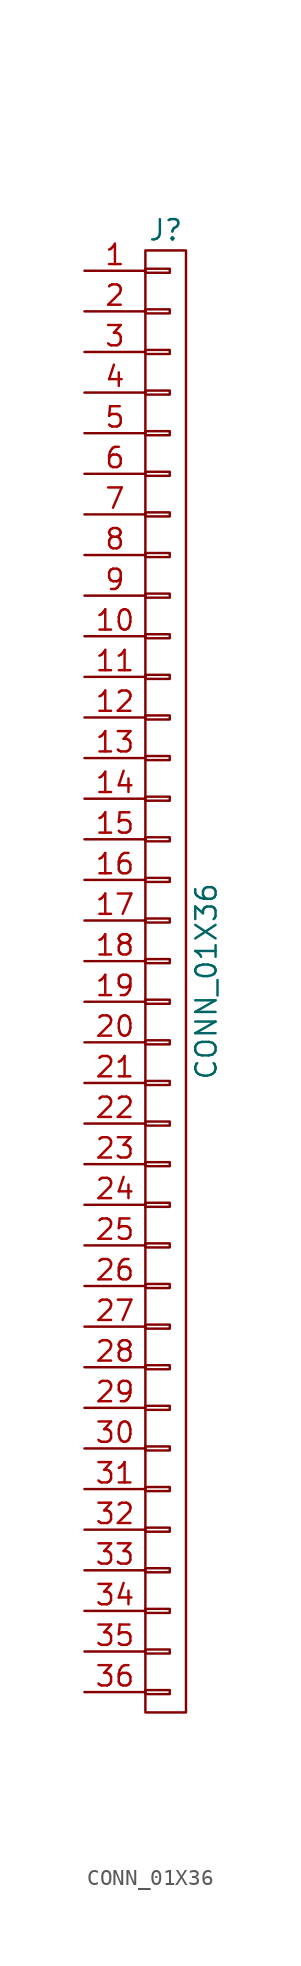
<source format=kicad_sym>
(kicad_symbol_lib
  (version 20211014)
  (generator kicad_symbol_editor)
  (symbol "CONN_01X36"
    (pin_names
      (offset 1.016) hide)
    (property "Reference" "J"
      (at 0 46.99 0)
      (effects (font (size 1.27 1.27))))
    (property "Value" "CONN_01X36"
      (at 2.54 0 90)
      (effects (font (size 1.27 1.27))))
    (symbol "CONN_01X36_0_1"
      (rectangle (start -1.27 -45.72) (end 1.27 45.72) (stroke (width 0) (type default) (color 0 0 0 0)) (fill (type none)))
      (rectangle (start -1.27 -44.323) (end 0.254 -44.577) (stroke (width 0) (type default) (color 0 0 0 0)) (fill (type none)))
      (rectangle (start -1.27 -41.783) (end 0.254 -42.037) (stroke (width 0) (type default) (color 0 0 0 0)) (fill (type none)))
      (rectangle (start -1.27 -39.243) (end 0.254 -39.497) (stroke (width 0) (type default) (color 0 0 0 0)) (fill (type none)))
      (rectangle (start -1.27 -36.703) (end 0.254 -36.957) (stroke (width 0) (type default) (color 0 0 0 0)) (fill (type none)))
      (rectangle (start -1.27 -34.163) (end 0.254 -34.417) (stroke (width 0) (type default) (color 0 0 0 0)) (fill (type none)))
      (rectangle (start -1.27 -31.623) (end 0.254 -31.877) (stroke (width 0) (type default) (color 0 0 0 0)) (fill (type none)))
      (rectangle (start -1.27 -29.083) (end 0.254 -29.337) (stroke (width 0) (type default) (color 0 0 0 0)) (fill (type none)))
      (rectangle (start -1.27 -26.543) (end 0.254 -26.797) (stroke (width 0) (type default) (color 0 0 0 0)) (fill (type none)))
      (rectangle (start -1.27 -24.003) (end 0.254 -24.257) (stroke (width 0) (type default) (color 0 0 0 0)) (fill (type none)))
      (rectangle (start -1.27 -21.463) (end 0.254 -21.717) (stroke (width 0) (type default) (color 0 0 0 0)) (fill (type none)))
      (rectangle (start -1.27 -18.923) (end 0.254 -19.177) (stroke (width 0) (type default) (color 0 0 0 0)) (fill (type none)))
      (rectangle (start -1.27 -16.383) (end 0.254 -16.637) (stroke (width 0) (type default) (color 0 0 0 0)) (fill (type none)))
      (rectangle (start -1.27 -13.843) (end 0.254 -14.097) (stroke (width 0) (type default) (color 0 0 0 0)) (fill (type none)))
      (rectangle (start -1.27 -11.303) (end 0.254 -11.557) (stroke (width 0) (type default) (color 0 0 0 0)) (fill (type none)))
      (rectangle (start -1.27 -8.763) (end 0.254 -9.017) (stroke (width 0) (type default) (color 0 0 0 0)) (fill (type none)))
      (rectangle (start -1.27 -6.223) (end 0.254 -6.477) (stroke (width 0) (type default) (color 0 0 0 0)) (fill (type none)))
      (rectangle (start -1.27 -3.683) (end 0.254 -3.937) (stroke (width 0) (type default) (color 0 0 0 0)) (fill (type none)))
      (rectangle (start -1.27 -1.143) (end 0.254 -1.397) (stroke (width 0) (type default) (color 0 0 0 0)) (fill (type none)))
      (rectangle (start -1.27 1.397) (end 0.254 1.143) (stroke (width 0) (type default) (color 0 0 0 0)) (fill (type none)))
      (rectangle (start -1.27 3.937) (end 0.254 3.683) (stroke (width 0) (type default) (color 0 0 0 0)) (fill (type none)))
      (rectangle (start -1.27 6.477) (end 0.254 6.223) (stroke (width 0) (type default) (color 0 0 0 0)) (fill (type none)))
      (rectangle (start -1.27 9.017) (end 0.254 8.763) (stroke (width 0) (type default) (color 0 0 0 0)) (fill (type none)))
      (rectangle (start -1.27 11.557) (end 0.254 11.303) (stroke (width 0) (type default) (color 0 0 0 0)) (fill (type none)))
      (rectangle (start -1.27 14.097) (end 0.254 13.843) (stroke (width 0) (type default) (color 0 0 0 0)) (fill (type none)))
      (rectangle (start -1.27 16.637) (end 0.254 16.383) (stroke (width 0) (type default) (color 0 0 0 0)) (fill (type none)))
      (rectangle (start -1.27 19.177) (end 0.254 18.923) (stroke (width 0) (type default) (color 0 0 0 0)) (fill (type none)))
      (rectangle (start -1.27 21.717) (end 0.254 21.463) (stroke (width 0) (type default) (color 0 0 0 0)) (fill (type none)))
      (rectangle (start -1.27 24.257) (end 0.254 24.003) (stroke (width 0) (type default) (color 0 0 0 0)) (fill (type none)))
      (rectangle (start -1.27 26.797) (end 0.254 26.543) (stroke (width 0) (type default) (color 0 0 0 0)) (fill (type none)))
      (rectangle (start -1.27 29.337) (end 0.254 29.083) (stroke (width 0) (type default) (color 0 0 0 0)) (fill (type none)))
      (rectangle (start -1.27 31.877) (end 0.254 31.623) (stroke (width 0) (type default) (color 0 0 0 0)) (fill (type none)))
      (rectangle (start -1.27 34.417) (end 0.254 34.163) (stroke (width 0) (type default) (color 0 0 0 0)) (fill (type none)))
      (rectangle (start -1.27 36.957) (end 0.254 36.703) (stroke (width 0) (type default) (color 0 0 0 0)) (fill (type none)))
      (rectangle (start -1.27 39.497) (end 0.254 39.243) (stroke (width 0) (type default) (color 0 0 0 0)) (fill (type none)))
      (rectangle (start -1.27 42.037) (end 0.254 41.783) (stroke (width 0) (type default) (color 0 0 0 0)) (fill (type none)))
      (rectangle (start -1.27 44.577) (end 0.254 44.323) (stroke (width 0) (type default) (color 0 0 0 0)) (fill (type none))))
    (symbol "CONN_01X36_1_1"
      (pin passive line (at -5.08 44.45 0) (length 3.81) (name "P1" (effects (font (size 1.27 1.27)))) (number "1" (effects (font (size 1.27 1.27)))))
      (pin passive line (at -5.08 21.59 0) (length 3.81) (name "P10" (effects (font (size 1.27 1.27)))) (number "10" (effects (font (size 1.27 1.27)))))
      (pin passive line (at -5.08 19.05 0) (length 3.81) (name "P11" (effects (font (size 1.27 1.27)))) (number "11" (effects (font (size 1.27 1.27)))))
      (pin passive line (at -5.08 16.51 0) (length 3.81) (name "P12" (effects (font (size 1.27 1.27)))) (number "12" (effects (font (size 1.27 1.27)))))
      (pin passive line (at -5.08 13.97 0) (length 3.81) (name "P13" (effects (font (size 1.27 1.27)))) (number "13" (effects (font (size 1.27 1.27)))))
      (pin passive line (at -5.08 11.43 0) (length 3.81) (name "P14" (effects (font (size 1.27 1.27)))) (number "14" (effects (font (size 1.27 1.27)))))
      (pin passive line (at -5.08 8.89 0) (length 3.81) (name "P15" (effects (font (size 1.27 1.27)))) (number "15" (effects (font (size 1.27 1.27)))))
      (pin passive line (at -5.08 6.35 0) (length 3.81) (name "P16" (effects (font (size 1.27 1.27)))) (number "16" (effects (font (size 1.27 1.27)))))
      (pin passive line (at -5.08 3.81 0) (length 3.81) (name "P17" (effects (font (size 1.27 1.27)))) (number "17" (effects (font (size 1.27 1.27)))))
      (pin passive line (at -5.08 1.27 0) (length 3.81) (name "P18" (effects (font (size 1.27 1.27)))) (number "18" (effects (font (size 1.27 1.27)))))
      (pin passive line (at -5.08 -1.27 0) (length 3.81) (name "P19" (effects (font (size 1.27 1.27)))) (number "19" (effects (font (size 1.27 1.27)))))
      (pin passive line (at -5.08 41.91 0) (length 3.81) (name "P2" (effects (font (size 1.27 1.27)))) (number "2" (effects (font (size 1.27 1.27)))))
      (pin passive line (at -5.08 -3.81 0) (length 3.81) (name "P20" (effects (font (size 1.27 1.27)))) (number "20" (effects (font (size 1.27 1.27)))))
      (pin passive line (at -5.08 -6.35 0) (length 3.81) (name "P21" (effects (font (size 1.27 1.27)))) (number "21" (effects (font (size 1.27 1.27)))))
      (pin passive line (at -5.08 -8.89 0) (length 3.81) (name "P22" (effects (font (size 1.27 1.27)))) (number "22" (effects (font (size 1.27 1.27)))))
      (pin passive line (at -5.08 -11.43 0) (length 3.81) (name "P23" (effects (font (size 1.27 1.27)))) (number "23" (effects (font (size 1.27 1.27)))))
      (pin passive line (at -5.08 -13.97 0) (length 3.81) (name "P24" (effects (font (size 1.27 1.27)))) (number "24" (effects (font (size 1.27 1.27)))))
      (pin passive line (at -5.08 -16.51 0) (length 3.81) (name "P25" (effects (font (size 1.27 1.27)))) (number "25" (effects (font (size 1.27 1.27)))))
      (pin passive line (at -5.08 -19.05 0) (length 3.81) (name "P26" (effects (font (size 1.27 1.27)))) (number "26" (effects (font (size 1.27 1.27)))))
      (pin passive line (at -5.08 -21.59 0) (length 3.81) (name "P27" (effects (font (size 1.27 1.27)))) (number "27" (effects (font (size 1.27 1.27)))))
      (pin passive line (at -5.08 -24.13 0) (length 3.81) (name "P28" (effects (font (size 1.27 1.27)))) (number "28" (effects (font (size 1.27 1.27)))))
      (pin passive line (at -5.08 -26.67 0) (length 3.81) (name "P29" (effects (font (size 1.27 1.27)))) (number "29" (effects (font (size 1.27 1.27)))))
      (pin passive line (at -5.08 39.37 0) (length 3.81) (name "P3" (effects (font (size 1.27 1.27)))) (number "3" (effects (font (size 1.27 1.27)))))
      (pin passive line (at -5.08 -29.21 0) (length 3.81) (name "P30" (effects (font (size 1.27 1.27)))) (number "30" (effects (font (size 1.27 1.27)))))
      (pin passive line (at -5.08 -31.75 0) (length 3.81) (name "P31" (effects (font (size 1.27 1.27)))) (number "31" (effects (font (size 1.27 1.27)))))
      (pin passive line (at -5.08 -34.29 0) (length 3.81) (name "P32" (effects (font (size 1.27 1.27)))) (number "32" (effects (font (size 1.27 1.27)))))
      (pin passive line (at -5.08 -36.83 0) (length 3.81) (name "P33" (effects (font (size 1.27 1.27)))) (number "33" (effects (font (size 1.27 1.27)))))
      (pin passive line (at -5.08 -39.37 0) (length 3.81) (name "P34" (effects (font (size 1.27 1.27)))) (number "34" (effects (font (size 1.27 1.27)))))
      (pin passive line (at -5.08 -41.91 0) (length 3.81) (name "P35" (effects (font (size 1.27 1.27)))) (number "35" (effects (font (size 1.27 1.27)))))
      (pin passive line (at -5.08 -44.45 0) (length 3.81) (name "P36" (effects (font (size 1.27 1.27)))) (number "36" (effects (font (size 1.27 1.27)))))
      (pin passive line (at -5.08 36.83 0) (length 3.81) (name "P4" (effects (font (size 1.27 1.27)))) (number "4" (effects (font (size 1.27 1.27)))))
      (pin passive line (at -5.08 34.29 0) (length 3.81) (name "P5" (effects (font (size 1.27 1.27)))) (number "5" (effects (font (size 1.27 1.27)))))
      (pin passive line (at -5.08 31.75 0) (length 3.81) (name "P6" (effects (font (size 1.27 1.27)))) (number "6" (effects (font (size 1.27 1.27)))))
      (pin passive line (at -5.08 29.21 0) (length 3.81) (name "P7" (effects (font (size 1.27 1.27)))) (number "7" (effects (font (size 1.27 1.27)))))
      (pin passive line (at -5.08 26.67 0) (length 3.81) (name "P8" (effects (font (size 1.27 1.27)))) (number "8" (effects (font (size 1.27 1.27)))))
      (pin passive line (at -5.08 24.13 0) (length 3.81) (name "P9" (effects (font (size 1.27 1.27)))) (number "9" (effects (font (size 1.27 1.27))))))))
</source>
